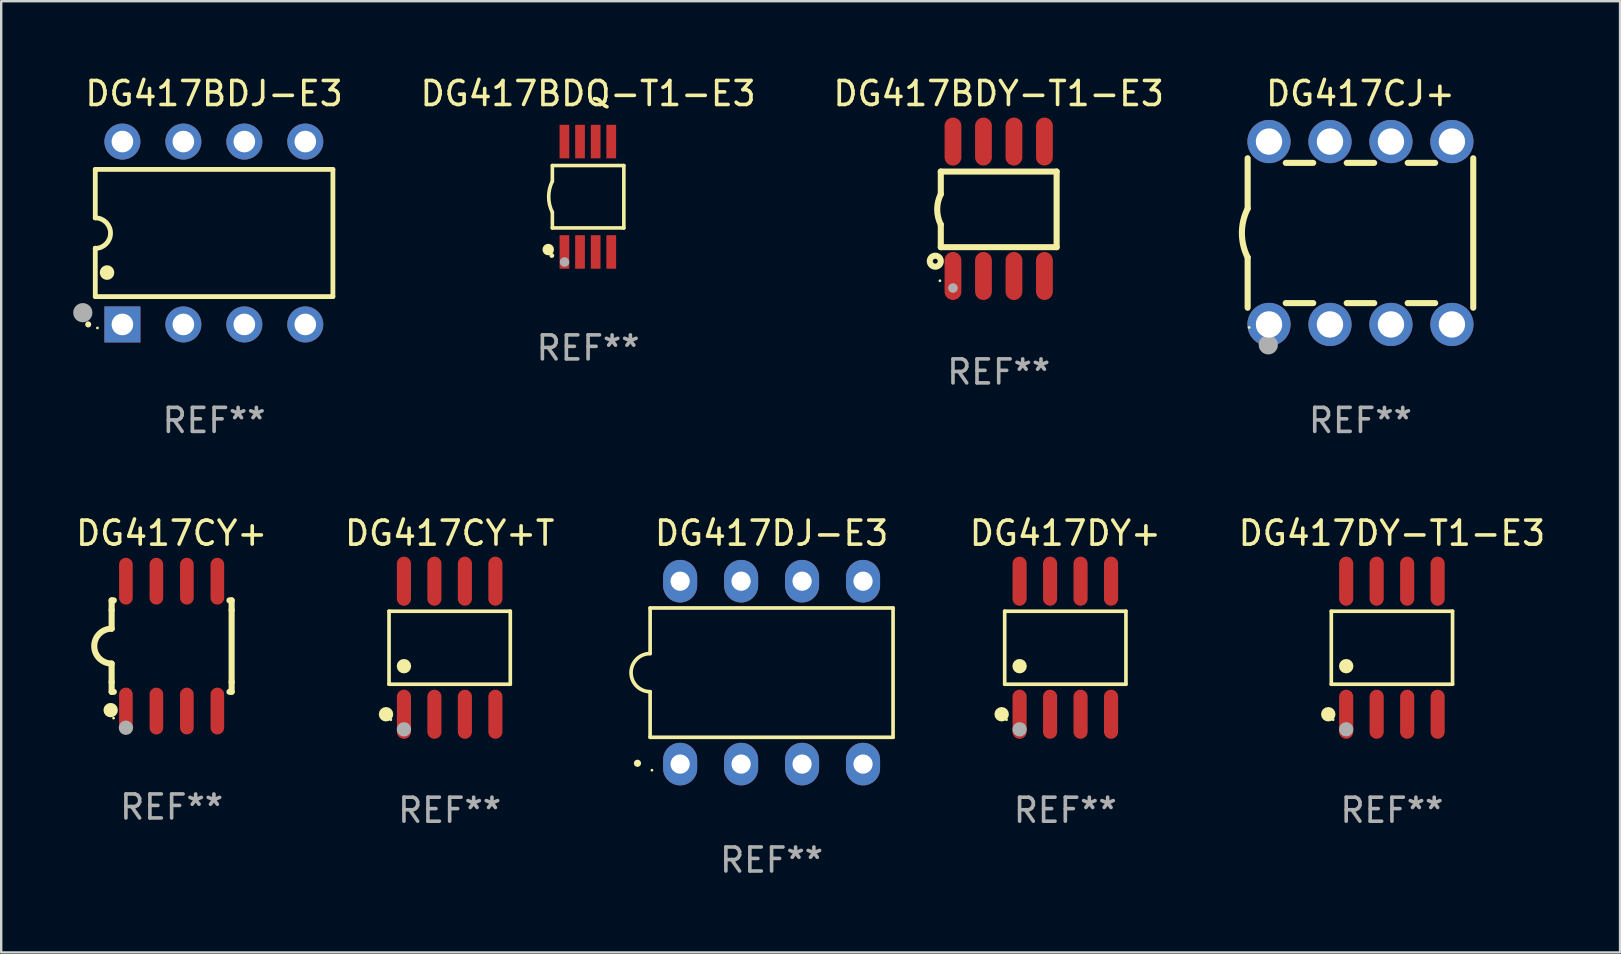
<source format=kicad_pcb>
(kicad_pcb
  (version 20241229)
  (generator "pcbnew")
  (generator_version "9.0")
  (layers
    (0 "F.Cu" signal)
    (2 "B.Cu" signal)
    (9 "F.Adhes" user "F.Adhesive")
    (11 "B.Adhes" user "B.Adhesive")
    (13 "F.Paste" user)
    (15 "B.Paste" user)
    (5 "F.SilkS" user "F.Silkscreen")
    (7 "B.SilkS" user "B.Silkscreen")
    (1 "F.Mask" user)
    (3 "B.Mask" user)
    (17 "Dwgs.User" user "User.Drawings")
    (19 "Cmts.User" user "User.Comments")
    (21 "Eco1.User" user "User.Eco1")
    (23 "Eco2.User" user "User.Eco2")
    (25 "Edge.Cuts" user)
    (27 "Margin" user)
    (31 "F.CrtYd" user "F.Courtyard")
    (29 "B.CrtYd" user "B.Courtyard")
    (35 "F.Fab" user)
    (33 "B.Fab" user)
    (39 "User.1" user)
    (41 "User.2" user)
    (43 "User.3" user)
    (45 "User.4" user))
  (footprint "DG417DJ-E3"
    (layer "F.Cu")
    (at 29.098 24.975)
    (property "Reference" "DG417DJ-E3" (at 0 -5.81 0) (layer "F.SilkS") (effects (font (size 1 1) (thickness 0.15))))
    (attr through_hole)
    (fp_line (start -5.061 -2.694) (end -5.061 -0.794) (stroke (width 0.152) (type solid)) (layer "F.SilkS"))
    (fp_line (start -5.061 0.794) (end -5.061 2.694) (stroke (width 0.152) (type solid)) (layer "F.SilkS"))
    (fp_line (start -5.061 2.694) (end 5.061 2.694) (stroke (width 0.152) (type solid)) (layer "F.SilkS"))
    (fp_line (start 5.061 -2.694) (end -5.061 -2.694) (stroke (width 0.152) (type solid)) (layer "F.SilkS"))
    (fp_line (start 5.061 2.694) (end 5.061 -2.694) (stroke (width 0.152) (type solid)) (layer "F.SilkS"))
    (fp_arc (start -5.061199 0.793749) (mid -5.854948 0) (end -5.061199 -0.793749) (stroke (width 0.1524) (type solid)) (layer "F.SilkS"))
    (fp_circle (center -5.588 3.777) (end -5.513 3.777) (stroke (width 0.15) (type solid)) (fill no) (layer "F.SilkS"))
    (fp_circle (center -4.985 4.065) (end -4.955 4.065) (stroke (width 0.06) (type solid)) (fill no) (layer "F.SilkS"))
    (fp_text user "REF**" (at 0 7.81 0) (layer "F.Fab") (effects (font (size 1 1) (thickness 0.15))))
    (pad "1" thru_hole oval (at -3.81 3.81) (size 1.42 1.775) (drill 0.8) (layers "*.Cu" "*.Mask"))
    (pad "2" thru_hole oval (at -1.27 3.81) (size 1.42 1.775) (drill 0.8) (layers "*.Cu" "*.Mask"))
    (pad "3" thru_hole oval (at 1.27 3.81) (size 1.42 1.775) (drill 0.8) (layers "*.Cu" "*.Mask"))
    (pad "4" thru_hole oval (at 3.81 3.81) (size 1.42 1.775) (drill 0.8) (layers "*.Cu" "*.Mask"))
    (pad "5" thru_hole oval (at 3.81 -3.81) (size 1.42 1.775) (drill 0.8) (layers "*.Cu" "*.Mask"))
    (pad "6" thru_hole oval (at 1.27 -3.81) (size 1.42 1.775) (drill 0.8) (layers "*.Cu" "*.Mask"))
    (pad "7" thru_hole oval (at -1.27 -3.81) (size 1.42 1.775) (drill 0.8) (layers "*.Cu" "*.Mask"))
    (pad "8" thru_hole oval (at -3.81 -3.81) (size 1.42 1.775) (drill 0.8) (layers "*.Cu" "*.Mask")))
  (footprint "DG417CJ+"
    (layer "F.Cu")
    (at 53.633 6.658)
    (property "Reference" "DG417CJ+" (at 0 -5.81 0) (layer "F.SilkS") (effects (font (size 1 1) (thickness 0.15))))
    (attr through_hole)
    (fp_line (start -4.7 -1.017) (end -4.7 -3.113) (stroke (width 0.254) (type solid)) (layer "F.SilkS"))
    (fp_line (start -4.7 1.015) (end -4.7 3.113) (stroke (width 0.254) (type solid)) (layer "F.SilkS"))
    (fp_line (start -3.113 2.92) (end -1.967 2.92) (stroke (width 0.254) (type solid)) (layer "F.SilkS"))
    (fp_line (start -3.111 -2.922) (end -1.969 -2.922) (stroke (width 0.254) (type solid)) (layer "F.SilkS"))
    (fp_line (start -0.573 2.92) (end 0.573 2.92) (stroke (width 0.254) (type solid)) (layer "F.SilkS"))
    (fp_line (start -0.571 -2.922) (end 0.571 -2.922) (stroke (width 0.254) (type solid)) (layer "F.SilkS"))
    (fp_line (start 1.967 2.92) (end 3.113 2.92) (stroke (width 0.254) (type solid)) (layer "F.SilkS"))
    (fp_line (start 1.969 -2.922) (end 3.111 -2.922) (stroke (width 0.254) (type solid)) (layer "F.SilkS"))
    (fp_line (start 4.7 -3.113) (end 4.7 3.113) (stroke (width 0.254) (type solid)) (layer "F.SilkS"))
    (fp_arc (start -4.7 1.01524) (mid -4.939846 -0.000762) (end -4.7 -1.016764) (stroke (width 0.254001) (type solid)) (layer "F.SilkS"))
    (fp_circle (center -4.636 3.935) (end -4.606 3.935) (stroke (width 0.06) (type solid)) (fill no) (layer "F.SilkS"))
    (fp_circle (center -3.84 4.66) (end -3.64 4.66) (stroke (width 0.4) (type solid)) (fill no) (layer "F.Fab"))
    (fp_text user "REF**" (at 0 7.81 0) (layer "F.Fab") (effects (font (size 1 1) (thickness 0.15))))
    (pad "1" thru_hole circle (at -3.81 3.81) (size 1.8 1.8) (drill 1.1) (layers "*.Cu" "*.Mask"))
    (pad "2" thru_hole circle (at -1.27 3.81) (size 1.8 1.8) (drill 1.1) (layers "*.Cu" "*.Mask"))
    (pad "3" thru_hole circle (at 1.27 3.81) (size 1.8 1.8) (drill 1.1) (layers "*.Cu" "*.Mask"))
    (pad "4" thru_hole circle (at 3.81 3.81) (size 1.8 1.8) (drill 1.1) (layers "*.Cu" "*.Mask"))
    (pad "5" thru_hole circle (at 3.81 -3.81) (size 1.8 1.8) (drill 1.1) (layers "*.Cu" "*.Mask"))
    (pad "6" thru_hole circle (at 1.27 -3.81) (size 1.8 1.8) (drill 1.1) (layers "*.Cu" "*.Mask"))
    (pad "7" thru_hole circle (at -1.27 -3.81) (size 1.8 1.8) (drill 1.1) (layers "*.Cu" "*.Mask"))
    (pad "8" thru_hole circle (at -3.81 -3.81) (size 1.8 1.8) (drill 1.1) (layers "*.Cu" "*.Mask")))
  (footprint "DG417BDY-T1-E3"
    (layer "F.Cu")
    (at 38.561 5.648)
    (property "Reference" "DG417BDY-T1-E3" (at 0 -4.8 0) (layer "F.SilkS") (effects (font (size 1 1) (thickness 0.15))))
    (attr through_hole)
    (fp_line (start -2.413 -1.55) (end -2.413 -0.61) (stroke (width 0.254) (type solid)) (layer "F.SilkS"))
    (fp_line (start -2.413 0.66) (end -2.413 1.6) (stroke (width 0.254) (type solid)) (layer "F.SilkS"))
    (fp_line (start -2.413 1.6) (end 2.413 1.6) (stroke (width 0.254) (type solid)) (layer "F.SilkS"))
    (fp_line (start 2.413 -1.55) (end -2.413 -1.55) (stroke (width 0.254) (type solid)) (layer "F.SilkS"))
    (fp_line (start 2.413 1.6) (end 2.413 -1.55) (stroke (width 0.254) (type solid)) (layer "F.SilkS"))
    (fp_arc (start -2.413005 0.6603) (mid -2.562909 0.025298) (end -2.413005 -0.609703) (stroke (width 0.254001) (type solid)) (layer "F.SilkS"))
    (fp_circle (center -2.642 2.184) (end -2.54 2.184) (stroke (width 0.254) (type solid)) (fill no) (layer "F.SilkS"))
    (fp_circle (center -2.45 3) (end -2.42 3) (stroke (width 0.06) (type solid)) (fill no) (layer "F.SilkS"))
    (fp_circle (center -1.905 3.302) (end -1.805 3.302) (stroke (width 0.2) (type solid)) (fill no) (layer "F.Fab"))
    (fp_text user "REF**" (at 0 6.8 0) (layer "F.Fab") (effects (font (size 1 1) (thickness 0.15))))
    (pad "1" smd oval (at -1.905 2.8 180) (size 0.7 2) (layers "F.Cu" "F.Mask" "F.Paste"))
    (pad "2" smd oval (at -0.635 2.8 180) (size 0.7 2) (layers "F.Cu" "F.Mask" "F.Paste"))
    (pad "3" smd oval (at 0.635 2.8 180) (size 0.7 2) (layers "F.Cu" "F.Mask" "F.Paste"))
    (pad "4" smd oval (at 1.905 2.8 180) (size 0.7 2) (layers "F.Cu" "F.Mask" "F.Paste"))
    (pad "5" smd oval (at 1.905 -2.8 180) (size 0.7 2) (layers "F.Cu" "F.Mask" "F.Paste"))
    (pad "6" smd oval (at 0.635 -2.8 180) (size 0.7 2) (layers "F.Cu" "F.Mask" "F.Paste"))
    (pad "7" smd oval (at -0.635 -2.8 180) (size 0.7 2) (layers "F.Cu" "F.Mask" "F.Paste"))
    (pad "8" smd oval (at -1.905 -2.8 180) (size 0.7 2) (layers "F.Cu" "F.Mask" "F.Paste")))
  (footprint "DG417CY+"
    (layer "F.Cu")
    (at 4.101 23.87)
    (property "Reference" "DG417CY+" (at 0 -4.705 0) (layer "F.SilkS") (effects (font (size 1 1) (thickness 0.15))))
    (attr through_hole)
    (fp_line (start -2.5 -1.905) (end -2.409 -1.905) (stroke (width 0.254) (type solid)) (layer "F.SilkS"))
    (fp_line (start -2.5 -1.5) (end -2.5 -1.905) (stroke (width 0.254) (type solid)) (layer "F.SilkS"))
    (fp_line (start -2.5 -1.5) (end -2.5 -0.726) (stroke (width 0.254) (type solid)) (layer "F.SilkS"))
    (fp_line (start -2.5 1.5) (end -2.5 0.727) (stroke (width 0.254) (type solid)) (layer "F.SilkS"))
    (fp_line (start -2.5 1.5) (end -2.5 1.905) (stroke (width 0.254) (type solid)) (layer "F.SilkS"))
    (fp_line (start -2.5 1.905) (end -2.409 1.905) (stroke (width 0.254) (type solid)) (layer "F.SilkS"))
    (fp_line (start 2.5 -1.905) (end 2.409 -1.905) (stroke (width 0.254) (type solid)) (layer "F.SilkS"))
    (fp_line (start 2.5 -1.5) (end 2.5 -1.905) (stroke (width 0.254) (type solid)) (layer "F.SilkS"))
    (fp_line (start 2.5 -1.5) (end 2.5 1.5) (stroke (width 0.254) (type solid)) (layer "F.SilkS"))
    (fp_line (start 2.5 1.5) (end 2.5 1.905) (stroke (width 0.254) (type solid)) (layer "F.SilkS"))
    (fp_line (start 2.5 1.905) (end 2.409 1.905) (stroke (width 0.254) (type solid)) (layer "F.SilkS"))
    (fp_arc (start -2.5 0.726568) (mid -3.220316 -0.0023) (end -2.495097 -0.726289) (stroke (width 0.254001) (type solid)) (layer "F.SilkS"))
    (fp_circle (center -2.54 2.667) (end -2.39 2.667) (stroke (width 0.3) (type solid)) (fill no) (layer "F.SilkS"))
    (fp_circle (center -2.42 3) (end -2.39 3) (stroke (width 0.06) (type solid)) (fill no) (layer "F.SilkS"))
    (fp_circle (center -1.905 3.4) (end -1.755 3.4) (stroke (width 0.3) (type solid)) (fill no) (layer "F.Fab"))
    (fp_text user "REF**" (at 0 6.705 0) (layer "F.Fab") (effects (font (size 1 1) (thickness 0.15))))
    (pad "1" smd oval (at -1.905 2.705) (size 0.568 1.95) (layers "F.Cu" "F.Mask" "F.Paste"))
    (pad "2" smd oval (at -0.635 2.705) (size 0.568 1.95) (layers "F.Cu" "F.Mask" "F.Paste"))
    (pad "3" smd oval (at 0.635 2.705) (size 0.568 1.95) (layers "F.Cu" "F.Mask" "F.Paste"))
    (pad "4" smd oval (at 1.905 2.705) (size 0.568 1.95) (layers "F.Cu" "F.Mask" "F.Paste"))
    (pad "5" smd oval (at 1.905 -2.705) (size 0.568 1.95) (layers "F.Cu" "F.Mask" "F.Paste"))
    (pad "6" smd oval (at 0.635 -2.705) (size 0.568 1.95) (layers "F.Cu" "F.Mask" "F.Paste"))
    (pad "7" smd oval (at -0.635 -2.705) (size 0.568 1.95) (layers "F.Cu" "F.Mask" "F.Paste"))
    (pad "8" smd oval (at -1.905 -2.705) (size 0.568 1.95) (layers "F.Cu" "F.Mask" "F.Paste")))
  (footprint "DG417BDJ-E3"
    (layer "F.Cu")
    (at 5.87 6.658)
    (property "Reference" "DG417BDJ-E3" (at 0 -5.81 0) (layer "F.SilkS") (effects (font (size 1 1) (thickness 0.15))))
    (attr through_hole)
    (fp_line (start -4.95 -2.649) (end 4.95 -2.649) (stroke (width 0.2) (type solid)) (layer "F.SilkS"))
    (fp_line (start -4.95 -0.635) (end -4.95 -2.649) (stroke (width 0.2) (type solid)) (layer "F.SilkS"))
    (fp_line (start -4.95 0.635) (end -4.95 0.64) (stroke (width 0.2) (type solid)) (layer "F.SilkS"))
    (fp_line (start -4.95 2.649) (end -4.95 0.635) (stroke (width 0.2) (type solid)) (layer "F.SilkS"))
    (fp_line (start -4.95 -0.64) (end -4.95 -0.635) (stroke (width 0.2) (type solid)) (layer "F.SilkS"))
    (fp_line (start 4.95 -2.649) (end 4.95 2.649) (stroke (width 0.2) (type solid)) (layer "F.SilkS"))
    (fp_line (start 4.95 2.649) (end -4.95 2.649) (stroke (width 0.2) (type solid)) (layer "F.SilkS"))
    (fp_arc (start -5.24511 3.810058) (mid -5.245117 3.808788) (end -5.24511 3.807518) (stroke (width 0.25) (type solid)) (layer "F.SilkS"))
    (fp_arc (start -4.950165 -0.629946) (mid -4.315164 0.005055) (end -4.950165 0.640056) (stroke (width 0.2) (type solid)) (layer "F.SilkS"))
    (fp_arc (start -4.460249 1.651054) (mid -4.46026 1.648514) (end -4.460249 1.645974) (stroke (width 0.6) (type solid)) (layer "F.SilkS"))
    (fp_circle (center -4.86 3.956) (end -4.83 3.956) (stroke (width 0.06) (type solid)) (fill no) (layer "F.SilkS"))
    (fp_circle (center -5.47 3.32) (end -5.27 3.32) (stroke (width 0.4) (type solid)) (fill no) (layer "F.Fab"))
    (fp_text user "REF**" (at 0 7.81 0) (layer "F.Fab") (effects (font (size 1 1) (thickness 0.15))))
    (pad "1" thru_hole rect (at -3.82 3.81) (size 1.5 1.5) (drill 0.9) (layers "*.Cu" "*.Mask"))
    (pad "2" thru_hole circle (at -1.28 3.81) (size 1.5 1.5) (drill 0.9) (layers "*.Cu" "*.Mask"))
    (pad "3" thru_hole circle (at 1.26 3.81) (size 1.5 1.5) (drill 0.9) (layers "*.Cu" "*.Mask"))
    (pad "4" thru_hole circle (at 3.8 3.81) (size 1.5 1.5) (drill 0.9) (layers "*.Cu" "*.Mask"))
    (pad "5" thru_hole circle (at 3.8 -3.81) (size 1.5 1.5) (drill 0.9) (layers "*.Cu" "*.Mask"))
    (pad "6" thru_hole circle (at 1.26 -3.81) (size 1.5 1.5) (drill 0.9) (layers "*.Cu" "*.Mask"))
    (pad "7" thru_hole circle (at -1.28 -3.81) (size 1.5 1.5) (drill 0.9) (layers "*.Cu" "*.Mask"))
    (pad "8" thru_hole circle (at -3.82 -3.81) (size 1.5 1.5) (drill 0.9) (layers "*.Cu" "*.Mask")))
  (footprint "DG417CY+T"
    (layer "F.Cu")
    (at 15.685 23.937)
    (property "Reference" "DG417CY+T" (at 0 -4.772 0) (layer "F.SilkS") (effects (font (size 1 1) (thickness 0.15))))
    (attr through_hole)
    (fp_line (start -2.526 -1.521) (end 2.526 -1.521) (stroke (width 0.152) (type solid)) (layer "F.SilkS"))
    (fp_line (start -2.526 1.521) (end -2.526 -1.521) (stroke (width 0.152) (type solid)) (layer "F.SilkS"))
    (fp_line (start 2.526 -1.521) (end 2.526 1.521) (stroke (width 0.152) (type solid)) (layer "F.SilkS"))
    (fp_line (start 2.526 1.521) (end -2.526 1.521) (stroke (width 0.152) (type solid)) (layer "F.SilkS"))
    (fp_circle (center -2.652 2.772) (end -2.501 2.772) (stroke (width 0.3) (type solid)) (fill no) (layer "F.SilkS"))
    (fp_circle (center -2.45 3) (end -2.42 3) (stroke (width 0.06) (type solid)) (fill no) (layer "F.SilkS"))
    (fp_circle (center -1.905 0.769) (end -1.755 0.769) (stroke (width 0.3) (type solid)) (fill no) (layer "F.SilkS"))
    (fp_circle (center -1.905 3.4) (end -1.755 3.4) (stroke (width 0.3) (type solid)) (fill no) (layer "F.Fab"))
    (fp_text user "REF**" (at 0 6.772 0) (layer "F.Fab") (effects (font (size 1 1) (thickness 0.15))))
    (pad "1" smd oval (at -1.905 2.772) (size 0.588 2.045) (layers "F.Cu" "F.Mask" "F.Paste"))
    (pad "2" smd oval (at -0.635 2.772) (size 0.588 2.045) (layers "F.Cu" "F.Mask" "F.Paste"))
    (pad "3" smd oval (at 0.635 2.772) (size 0.588 2.045) (layers "F.Cu" "F.Mask" "F.Paste"))
    (pad "4" smd oval (at 1.905 2.772) (size 0.588 2.045) (layers "F.Cu" "F.Mask" "F.Paste"))
    (pad "5" smd oval (at 1.905 -2.772) (size 0.588 2.045) (layers "F.Cu" "F.Mask" "F.Paste"))
    (pad "6" smd oval (at 0.635 -2.772) (size 0.588 2.045) (layers "F.Cu" "F.Mask" "F.Paste"))
    (pad "7" smd oval (at -0.635 -2.772) (size 0.588 2.045) (layers "F.Cu" "F.Mask" "F.Paste"))
    (pad "8" smd oval (at -1.905 -2.772) (size 0.588 2.045) (layers "F.Cu" "F.Mask" "F.Paste")))
  (footprint "DG417DY+"
    (layer "F.Cu")
    (at 41.336 23.937)
    (property "Reference" "DG417DY+" (at 0 -4.772 0) (layer "F.SilkS") (effects (font (size 1 1) (thickness 0.15))))
    (attr through_hole)
    (fp_line (start -2.526 -1.521) (end 2.526 -1.521) (stroke (width 0.152) (type solid)) (layer "F.SilkS"))
    (fp_line (start -2.526 1.521) (end -2.526 -1.521) (stroke (width 0.152) (type solid)) (layer "F.SilkS"))
    (fp_line (start 2.526 -1.521) (end 2.526 1.521) (stroke (width 0.152) (type solid)) (layer "F.SilkS"))
    (fp_line (start 2.526 1.521) (end -2.526 1.521) (stroke (width 0.152) (type solid)) (layer "F.SilkS"))
    (fp_circle (center -2.652 2.772) (end -2.501 2.772) (stroke (width 0.3) (type solid)) (fill no) (layer "F.SilkS"))
    (fp_circle (center -2.45 3) (end -2.42 3) (stroke (width 0.06) (type solid)) (fill no) (layer "F.SilkS"))
    (fp_circle (center -1.905 0.769) (end -1.755 0.769) (stroke (width 0.3) (type solid)) (fill no) (layer "F.SilkS"))
    (fp_circle (center -1.905 3.4) (end -1.755 3.4) (stroke (width 0.3) (type solid)) (fill no) (layer "F.Fab"))
    (fp_text user "REF**" (at 0 6.772 0) (layer "F.Fab") (effects (font (size 1 1) (thickness 0.15))))
    (pad "1" smd oval (at -1.905 2.772) (size 0.588 2.045) (layers "F.Cu" "F.Mask" "F.Paste"))
    (pad "2" smd oval (at -0.635 2.772) (size 0.588 2.045) (layers "F.Cu" "F.Mask" "F.Paste"))
    (pad "3" smd oval (at 0.635 2.772) (size 0.588 2.045) (layers "F.Cu" "F.Mask" "F.Paste"))
    (pad "4" smd oval (at 1.905 2.772) (size 0.588 2.045) (layers "F.Cu" "F.Mask" "F.Paste"))
    (pad "5" smd oval (at 1.905 -2.772) (size 0.588 2.045) (layers "F.Cu" "F.Mask" "F.Paste"))
    (pad "6" smd oval (at 0.635 -2.772) (size 0.588 2.045) (layers "F.Cu" "F.Mask" "F.Paste"))
    (pad "7" smd oval (at -0.635 -2.772) (size 0.588 2.045) (layers "F.Cu" "F.Mask" "F.Paste"))
    (pad "8" smd oval (at -1.905 -2.772) (size 0.588 2.045) (layers "F.Cu" "F.Mask" "F.Paste")))
  (footprint "DG417DY-T1-E3"
    (layer "F.Cu")
    (at 54.944 23.937)
    (property "Reference" "DG417DY-T1-E3" (at 0 -4.772 0) (layer "F.SilkS") (effects (font (size 1 1) (thickness 0.15))))
    (attr through_hole)
    (fp_line (start -2.526 -1.521) (end 2.526 -1.521) (stroke (width 0.152) (type solid)) (layer "F.SilkS"))
    (fp_line (start -2.526 1.521) (end -2.526 -1.521) (stroke (width 0.152) (type solid)) (layer "F.SilkS"))
    (fp_line (start 2.526 -1.521) (end 2.526 1.521) (stroke (width 0.152) (type solid)) (layer "F.SilkS"))
    (fp_line (start 2.526 1.521) (end -2.526 1.521) (stroke (width 0.152) (type solid)) (layer "F.SilkS"))
    (fp_circle (center -2.652 2.772) (end -2.501 2.772) (stroke (width 0.3) (type solid)) (fill no) (layer "F.SilkS"))
    (fp_circle (center -2.45 3) (end -2.42 3) (stroke (width 0.06) (type solid)) (fill no) (layer "F.SilkS"))
    (fp_circle (center -1.905 0.769) (end -1.755 0.769) (stroke (width 0.3) (type solid)) (fill no) (layer "F.SilkS"))
    (fp_circle (center -1.905 3.4) (end -1.755 3.4) (stroke (width 0.3) (type solid)) (fill no) (layer "F.Fab"))
    (fp_text user "REF**" (at 0 6.772 0) (layer "F.Fab") (effects (font (size 1 1) (thickness 0.15))))
    (pad "1" smd oval (at -1.905 2.772) (size 0.588 2.045) (layers "F.Cu" "F.Mask" "F.Paste"))
    (pad "2" smd oval (at -0.635 2.772) (size 0.588 2.045) (layers "F.Cu" "F.Mask" "F.Paste"))
    (pad "3" smd oval (at 0.635 2.772) (size 0.588 2.045) (layers "F.Cu" "F.Mask" "F.Paste"))
    (pad "4" smd oval (at 1.905 2.772) (size 0.588 2.045) (layers "F.Cu" "F.Mask" "F.Paste"))
    (pad "5" smd oval (at 1.905 -2.772) (size 0.588 2.045) (layers "F.Cu" "F.Mask" "F.Paste"))
    (pad "6" smd oval (at 0.635 -2.772) (size 0.588 2.045) (layers "F.Cu" "F.Mask" "F.Paste"))
    (pad "7" smd oval (at -0.635 -2.772) (size 0.588 2.045) (layers "F.Cu" "F.Mask" "F.Paste"))
    (pad "8" smd oval (at -1.905 -2.772) (size 0.588 2.045) (layers "F.Cu" "F.Mask" "F.Paste")))
  (footprint "DG417BDQ-T1-E3"
    (layer "F.Cu")
    (at 21.453 5.148)
    (property "Reference" "DG417BDQ-T1-E3" (at 0 -4.3 0) (layer "F.SilkS") (effects (font (size 1 1) (thickness 0.15))))
    (attr through_hole)
    (fp_line (start -1.489 -1.3) (end -1.489 -0.648) (stroke (width 0.15) (type solid)) (layer "F.SilkS"))
    (fp_line (start -1.489 0.648) (end -1.489 1.3) (stroke (width 0.15) (type solid)) (layer "F.SilkS"))
    (fp_line (start -1.489 1.3) (end 1.489 1.3) (stroke (width 0.15) (type solid)) (layer "F.SilkS"))
    (fp_line (start 1.489 -1.3) (end -1.489 -1.3) (stroke (width 0.15) (type solid)) (layer "F.SilkS"))
    (fp_line (start 1.489 1.3) (end 1.489 -1.3) (stroke (width 0.15) (type solid)) (layer "F.SilkS"))
    (fp_arc (start -1.489205 0.647702) (mid -1.642107 0) (end -1.489205 -0.647701) (stroke (width 0.150013) (type solid)) (layer "F.SilkS"))
    (fp_circle (center -1.661 2.2) (end -1.541 2.2) (stroke (width 0.24) (type solid)) (fill no) (layer "F.SilkS"))
    (fp_circle (center -1.511 2.45) (end -1.461 2.45) (stroke (width 0.1) (type solid)) (fill no) (layer "F.SilkS"))
    (fp_circle (center -0.981 2.72) (end -0.881 2.72) (stroke (width 0.2) (type solid)) (fill no) (layer "F.Fab"))
    (fp_text user "REF**" (at 0 6.3 0) (layer "F.Fab") (effects (font (size 1 1) (thickness 0.15))))
    (pad "1" smd rect (at -0.986 2.3) (size 0.406 1.397) (layers "F.Cu" "F.Mask" "F.Paste"))
    (pad "2" smd rect (at -0.336 2.3) (size 0.406 1.397) (layers "F.Cu" "F.Mask" "F.Paste"))
    (pad "3" smd rect (at 0.314 2.3) (size 0.406 1.397) (layers "F.Cu" "F.Mask" "F.Paste"))
    (pad "4" smd rect (at 0.964 2.3) (size 0.406 1.397) (layers "F.Cu" "F.Mask" "F.Paste"))
    (pad "5" smd rect (at 0.964 -2.3) (size 0.406 1.397) (layers "F.Cu" "F.Mask" "F.Paste"))
    (pad "6" smd rect (at 0.314 -2.3) (size 0.406 1.397) (layers "F.Cu" "F.Mask" "F.Paste"))
    (pad "7" smd rect (at -0.336 -2.3) (size 0.406 1.397) (layers "F.Cu" "F.Mask" "F.Paste"))
    (pad "8" smd rect (at -0.986 -2.3) (size 0.406 1.397) (layers "F.Cu" "F.Mask" "F.Paste")))
  (gr_rect
    (start -3 -3)
    (end 64.449 36.633)
    (stroke (width 0.1) (type default))
    (fill no)
    (layer "Edge.Cuts")))
</source>
